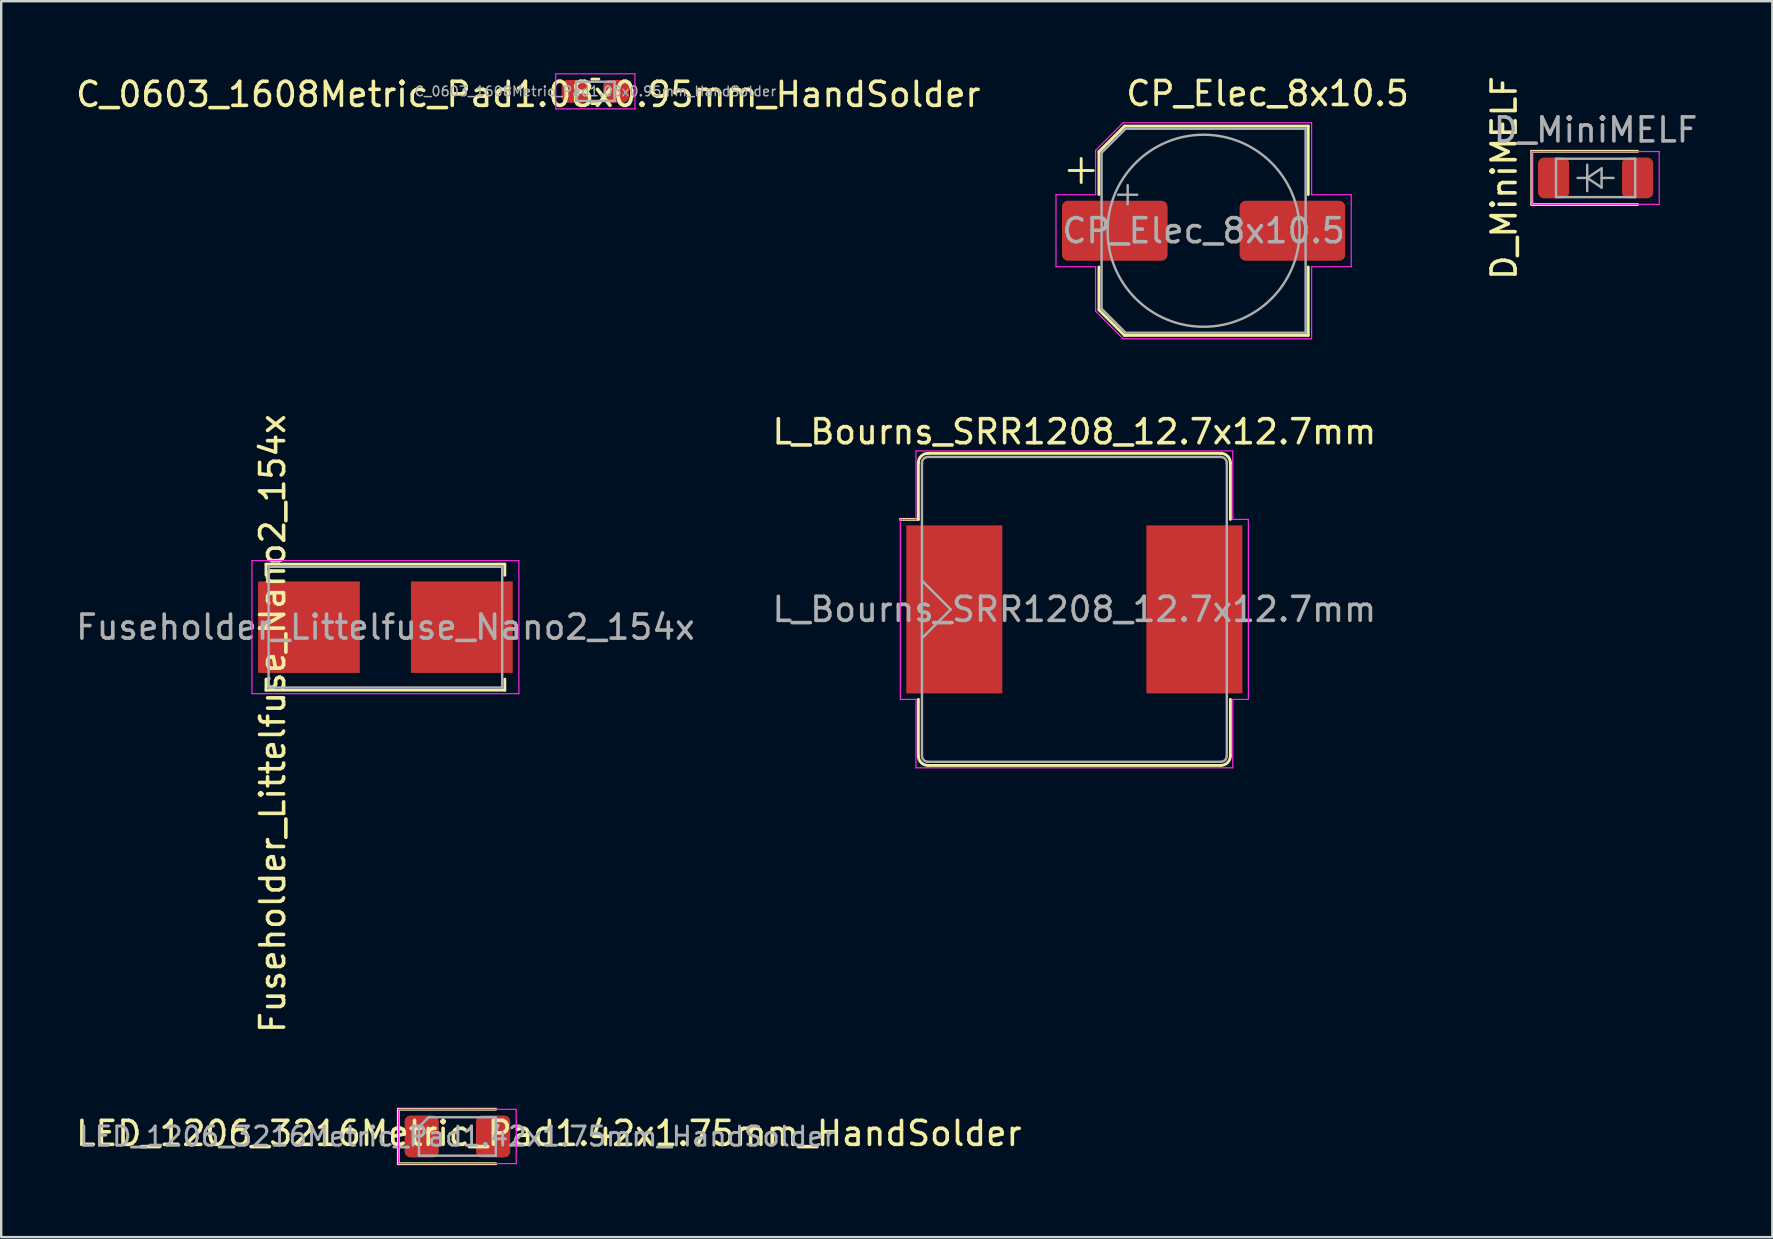
<source format=kicad_pcb>
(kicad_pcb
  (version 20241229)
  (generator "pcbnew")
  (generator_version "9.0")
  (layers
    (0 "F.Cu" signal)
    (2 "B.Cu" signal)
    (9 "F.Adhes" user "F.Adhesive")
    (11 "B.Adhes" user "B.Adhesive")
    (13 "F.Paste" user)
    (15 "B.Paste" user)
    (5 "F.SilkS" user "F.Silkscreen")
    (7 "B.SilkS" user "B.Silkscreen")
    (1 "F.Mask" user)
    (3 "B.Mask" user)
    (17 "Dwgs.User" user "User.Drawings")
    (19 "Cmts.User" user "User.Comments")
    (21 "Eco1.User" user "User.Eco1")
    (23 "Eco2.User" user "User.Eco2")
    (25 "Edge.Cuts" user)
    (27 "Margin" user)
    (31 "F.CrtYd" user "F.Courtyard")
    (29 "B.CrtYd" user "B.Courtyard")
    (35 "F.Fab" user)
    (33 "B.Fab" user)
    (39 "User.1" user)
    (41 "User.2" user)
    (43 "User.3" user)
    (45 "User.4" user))
  (footprint "CP_Elec_8x10.5"
    (layer "F.Cu")
    (at 47.092 6.563)
    (property "Reference" "CP_Elec_8x10.5" (at 2.667 -5.715 180) (layer "F.SilkS") (effects (font (size 1 1) (thickness 0.15))))
    (attr smd)
    (fp_line (start -5.6 -2.51) (end -4.6 -2.51) (stroke (width 0.12) (type solid)) (layer "F.SilkS"))
    (fp_line (start -5.1 -3.01) (end -5.1 -2.01) (stroke (width 0.12) (type solid)) (layer "F.SilkS"))
    (fp_line (start -4.36 -3.296) (end -4.36 -1.51) (stroke (width 0.12) (type solid)) (layer "F.SilkS"))
    (fp_line (start -4.36 -3.296) (end -3.296 -4.36) (stroke (width 0.12) (type solid)) (layer "F.SilkS"))
    (fp_line (start -4.36 3.296) (end -4.36 1.51) (stroke (width 0.12) (type solid)) (layer "F.SilkS"))
    (fp_line (start -4.36 3.296) (end -3.296 4.36) (stroke (width 0.12) (type solid)) (layer "F.SilkS"))
    (fp_line (start -3.296 -4.36) (end 4.36 -4.36) (stroke (width 0.12) (type solid)) (layer "F.SilkS"))
    (fp_line (start -3.296 4.36) (end 4.36 4.36) (stroke (width 0.12) (type solid)) (layer "F.SilkS"))
    (fp_line (start 4.36 -4.36) (end 4.36 -1.51) (stroke (width 0.12) (type solid)) (layer "F.SilkS"))
    (fp_line (start 4.36 4.36) (end 4.36 1.51) (stroke (width 0.12) (type solid)) (layer "F.SilkS"))
    (fp_line (start -6.15 -1.5) (end -6.15 1.5) (stroke (width 0.05) (type solid)) (layer "F.CrtYd"))
    (fp_line (start -6.15 1.5) (end -4.5 1.5) (stroke (width 0.05) (type solid)) (layer "F.CrtYd"))
    (fp_line (start -4.5 -3.35) (end -4.5 -1.5) (stroke (width 0.05) (type solid)) (layer "F.CrtYd"))
    (fp_line (start -4.5 -3.35) (end -3.35 -4.5) (stroke (width 0.05) (type solid)) (layer "F.CrtYd"))
    (fp_line (start -4.5 -1.5) (end -6.15 -1.5) (stroke (width 0.05) (type solid)) (layer "F.CrtYd"))
    (fp_line (start -4.5 1.5) (end -4.5 3.35) (stroke (width 0.05) (type solid)) (layer "F.CrtYd"))
    (fp_line (start -4.5 3.35) (end -3.35 4.5) (stroke (width 0.05) (type solid)) (layer "F.CrtYd"))
    (fp_line (start -3.35 -4.5) (end 4.5 -4.5) (stroke (width 0.05) (type solid)) (layer "F.CrtYd"))
    (fp_line (start -3.35 4.5) (end 4.5 4.5) (stroke (width 0.05) (type solid)) (layer "F.CrtYd"))
    (fp_line (start 4.5 -4.5) (end 4.5 -1.5) (stroke (width 0.05) (type solid)) (layer "F.CrtYd"))
    (fp_line (start 4.5 -1.5) (end 6.15 -1.5) (stroke (width 0.05) (type solid)) (layer "F.CrtYd"))
    (fp_line (start 4.5 1.5) (end 4.5 4.5) (stroke (width 0.05) (type solid)) (layer "F.CrtYd"))
    (fp_line (start 6.15 -1.5) (end 6.15 1.5) (stroke (width 0.05) (type solid)) (layer "F.CrtYd"))
    (fp_line (start 6.15 1.5) (end 4.5 1.5) (stroke (width 0.05) (type solid)) (layer "F.CrtYd"))
    (fp_line (start -4.25 -3.25) (end -4.25 3.25) (stroke (width 0.1) (type solid)) (layer "F.Fab"))
    (fp_line (start -4.25 -3.25) (end -3.25 -4.25) (stroke (width 0.1) (type solid)) (layer "F.Fab"))
    (fp_line (start -4.25 3.25) (end -3.25 4.25) (stroke (width 0.1) (type solid)) (layer "F.Fab"))
    (fp_line (start -3.562 -1.5) (end -2.762 -1.5) (stroke (width 0.1) (type solid)) (layer "F.Fab"))
    (fp_line (start -3.25 -4.25) (end 4.25 -4.25) (stroke (width 0.1) (type solid)) (layer "F.Fab"))
    (fp_line (start -3.25 4.25) (end 4.25 4.25) (stroke (width 0.1) (type solid)) (layer "F.Fab"))
    (fp_line (start -3.162 -1.9) (end -3.162 -1.1) (stroke (width 0.1) (type solid)) (layer "F.Fab"))
    (fp_line (start 4.25 -4.25) (end 4.25 4.25) (stroke (width 0.1) (type solid)) (layer "F.Fab"))
    (fp_circle (center 0 0) (end 4 0) (stroke (width 0.1) (type solid)) (fill no) (layer "F.Fab"))
    (fp_text user "${REFERENCE}" (at 0 0 180) (layer "F.Fab") (effects (font (size 1 1) (thickness 0.15))))
    (pad "1" smd roundrect (at -3.7 0) (size 4.4 2.5) (layers "F.Cu" "F.Mask" "F.Paste") (roundrect_rratio 0.1))
    (pad "2" smd roundrect (at 3.7 0) (size 4.4 2.5) (layers "F.Cu" "F.Mask" "F.Paste") (roundrect_rratio 0.1)))
  (footprint "D_MiniMELF"
    (layer "F.Cu")
    (at 63.423 4.363)
    (property "Reference" "D_MiniMELF" (at -3.81 0 270) (layer "F.SilkS") (effects (font (size 1 1) (thickness 0.15))))
    (attr smd)
    (fp_line (start -2.66 -1.11) (end -2.66 1.11) (stroke (width 0.12) (type solid)) (layer "F.SilkS"))
    (fp_line (start -2.66 1.11) (end 1.75 1.11) (stroke (width 0.12) (type solid)) (layer "F.SilkS"))
    (fp_line (start 1.75 -1.11) (end -2.66 -1.11) (stroke (width 0.12) (type solid)) (layer "F.SilkS"))
    (fp_line (start -2.65 -1.1) (end 2.65 -1.1) (stroke (width 0.05) (type solid)) (layer "F.CrtYd"))
    (fp_line (start -2.65 1.1) (end -2.65 -1.1) (stroke (width 0.05) (type solid)) (layer "F.CrtYd"))
    (fp_line (start 2.65 -1.1) (end 2.65 1.1) (stroke (width 0.05) (type solid)) (layer "F.CrtYd"))
    (fp_line (start 2.65 1.1) (end -2.65 1.1) (stroke (width 0.05) (type solid)) (layer "F.CrtYd"))
    (fp_line (start -1.65 -0.8) (end 1.65 -0.8) (stroke (width 0.1) (type solid)) (layer "F.Fab"))
    (fp_line (start -1.65 0.8) (end -1.65 -0.8) (stroke (width 0.1) (type solid)) (layer "F.Fab"))
    (fp_line (start -0.75 0) (end -0.35 0) (stroke (width 0.1) (type solid)) (layer "F.Fab"))
    (fp_line (start -0.35 0) (end -0.35 -0.55) (stroke (width 0.1) (type solid)) (layer "F.Fab"))
    (fp_line (start -0.35 0) (end -0.35 0.55) (stroke (width 0.1) (type solid)) (layer "F.Fab"))
    (fp_line (start -0.35 0) (end 0.25 -0.4) (stroke (width 0.1) (type solid)) (layer "F.Fab"))
    (fp_line (start 0.25 -0.4) (end 0.25 0.4) (stroke (width 0.1) (type solid)) (layer "F.Fab"))
    (fp_line (start 0.25 0) (end 0.75 0) (stroke (width 0.1) (type solid)) (layer "F.Fab"))
    (fp_line (start 0.25 0.4) (end -0.35 0) (stroke (width 0.1) (type solid)) (layer "F.Fab"))
    (fp_line (start 1.65 -0.8) (end 1.65 0.8) (stroke (width 0.1) (type solid)) (layer "F.Fab"))
    (fp_line (start 1.65 0.8) (end -1.65 0.8) (stroke (width 0.1) (type solid)) (layer "F.Fab"))
    (fp_text user "${REFERENCE}" (at 0 -2 180) (layer "F.Fab") (effects (font (size 1 1) (thickness 0.15))))
    (pad "1" smd roundrect (at -1.75 0) (size 1.3 1.7) (layers "F.Cu" "F.Mask" "F.Paste") (roundrect_rratio 0.192))
    (pad "2" smd roundrect (at 1.75 0) (size 1.3 1.7) (layers "F.Cu" "F.Mask" "F.Paste") (roundrect_rratio 0.192)))
  (footprint "L_Bourns_SRR1208_12.7x12.7mm"
    (layer "F.Cu")
    (at 41.708 22.337)
    (property "Reference" "L_Bourns_SRR1208_12.7x12.7mm" (at 0 -7.4 180) (layer "F.SilkS") (effects (font (size 1 1) (thickness 0.15))))
    (attr smd)
    (fp_line (start -6.5 -6.1) (end -6.5 -3.75) (stroke (width 0.12) (type solid)) (layer "F.SilkS"))
    (fp_line (start -6.5 -3.75) (end -7.25 -3.75) (stroke (width 0.12) (type solid)) (layer "F.SilkS"))
    (fp_line (start -6.5 3.75) (end -6.5 6.1) (stroke (width 0.12) (type solid)) (layer "F.SilkS"))
    (fp_line (start -6.1 -6.5) (end 6.1 -6.5) (stroke (width 0.12) (type solid)) (layer "F.SilkS"))
    (fp_line (start 6.1 6.5) (end -6.1 6.5) (stroke (width 0.12) (type solid)) (layer "F.SilkS"))
    (fp_line (start 6.5 -6.1) (end 6.5 -3.75) (stroke (width 0.12) (type solid)) (layer "F.SilkS"))
    (fp_line (start 6.5 3.75) (end 6.5 6.1) (stroke (width 0.12) (type solid)) (layer "F.SilkS"))
    (fp_arc (start -6.5 -6.1) (mid -6.382843 -6.382843) (end -6.1 -6.5) (stroke (width 0.12) (type solid)) (layer "F.SilkS"))
    (fp_arc (start -6.1 6.5) (mid -6.382843 6.382843) (end -6.5 6.1) (stroke (width 0.12) (type solid)) (layer "F.SilkS"))
    (fp_arc (start 6.1 -6.5) (mid 6.382843 -6.382843) (end 6.5 -6.1) (stroke (width 0.12) (type solid)) (layer "F.SilkS"))
    (fp_arc (start 6.5 6.1) (mid 6.382843 6.382843) (end 6.1 6.5) (stroke (width 0.12) (type solid)) (layer "F.SilkS"))
    (fp_line (start -7.25 -3.75) (end -7.25 3.75) (stroke (width 0.05) (type solid)) (layer "F.CrtYd"))
    (fp_line (start -7.25 -3.75) (end -6.6 -3.75) (stroke (width 0.05) (type solid)) (layer "F.CrtYd"))
    (fp_line (start -6.6 -6.6) (end -6.6 -3.75) (stroke (width 0.05) (type solid)) (layer "F.CrtYd"))
    (fp_line (start -6.6 -6.6) (end 6.6 -6.6) (stroke (width 0.05) (type solid)) (layer "F.CrtYd"))
    (fp_line (start -6.6 3.75) (end -7.25 3.75) (stroke (width 0.05) (type solid)) (layer "F.CrtYd"))
    (fp_line (start -6.6 6.6) (end -6.6 3.75) (stroke (width 0.05) (type solid)) (layer "F.CrtYd"))
    (fp_line (start 6.6 -6.6) (end 6.6 -3.75) (stroke (width 0.05) (type solid)) (layer "F.CrtYd"))
    (fp_line (start 6.6 3.75) (end 6.6 6.6) (stroke (width 0.05) (type solid)) (layer "F.CrtYd"))
    (fp_line (start 6.6 6.6) (end -6.6 6.6) (stroke (width 0.05) (type solid)) (layer "F.CrtYd"))
    (fp_line (start 7.25 -3.75) (end 6.6 -3.75) (stroke (width 0.05) (type solid)) (layer "F.CrtYd"))
    (fp_line (start 7.25 -3.75) (end 7.25 3.75) (stroke (width 0.05) (type solid)) (layer "F.CrtYd"))
    (fp_line (start 7.25 3.75) (end 6.6 3.75) (stroke (width 0.05) (type solid)) (layer "F.CrtYd"))
    (fp_line (start -6.35 -6.1) (end -6.35 6.1) (stroke (width 0.1) (type solid)) (layer "F.Fab"))
    (fp_line (start -6.1 -6.35) (end 6.1 -6.35) (stroke (width 0.1) (type solid)) (layer "F.Fab"))
    (fp_line (start -5.15 0) (end -6.35 -1.2) (stroke (width 0.1) (type solid)) (layer "F.Fab"))
    (fp_line (start -5.15 0) (end -6.35 1.2) (stroke (width 0.1) (type solid)) (layer "F.Fab"))
    (fp_line (start 6.1 6.35) (end -6.1 6.35) (stroke (width 0.1) (type solid)) (layer "F.Fab"))
    (fp_line (start 6.35 -6.1) (end 6.35 6.1) (stroke (width 0.1) (type solid)) (layer "F.Fab"))
    (fp_arc (start -6.35 -6.1) (mid -6.276777 -6.276777) (end -6.1 -6.35) (stroke (width 0.1) (type solid)) (layer "F.Fab"))
    (fp_arc (start -6.1 6.35) (mid -6.276777 6.276777) (end -6.35 6.1) (stroke (width 0.1) (type solid)) (layer "F.Fab"))
    (fp_arc (start 6.1 -6.35) (mid 6.276777 -6.276777) (end 6.35 -6.1) (stroke (width 0.1) (type solid)) (layer "F.Fab"))
    (fp_arc (start 6.35 6.1) (mid 6.276777 6.276777) (end 6.1 6.35) (stroke (width 0.1) (type solid)) (layer "F.Fab"))
    (fp_text user "${REFERENCE}" (at 0 0 180) (layer "F.Fab") (effects (font (size 1 1) (thickness 0.15))))
    (pad "1" smd rect (at -5 0) (size 4 7) (layers "F.Cu" "F.Mask" "F.Paste"))
    (pad "2" smd rect (at 5 0) (size 4 7) (layers "F.Cu" "F.Mask" "F.Paste")))
  (footprint "Fuseholder_Littelfuse_Nano2_154x"
    (layer "F.Cu")
    (at 13.006 23.078)
    (property "Reference" "Fuseholder_Littelfuse_Nano2_154x" (at -4.697 4.016 90) (unlocked yes) (layer "F.SilkS") (effects (font (size 1 1) (thickness 0.15))))
    (attr smd)
    (fp_line (start -4.975 -2.625) (end -4.975 -2.165) (stroke (width 0.12) (type solid)) (layer "F.SilkS"))
    (fp_line (start -4.975 -2.625) (end 4.975 -2.625) (stroke (width 0.12) (type solid)) (layer "F.SilkS"))
    (fp_line (start -4.975 2.165) (end -4.975 2.625) (stroke (width 0.12) (type solid)) (layer "F.SilkS"))
    (fp_line (start -4.975 2.625) (end 4.975 2.625) (stroke (width 0.12) (type solid)) (layer "F.SilkS"))
    (fp_line (start 4.975 -2.625) (end 4.975 -2.165) (stroke (width 0.12) (type solid)) (layer "F.SilkS"))
    (fp_line (start 4.975 2.625) (end 4.975 2.165) (stroke (width 0.12) (type solid)) (layer "F.SilkS"))
    (fp_line (start -5.56 -2.77) (end -5.56 2.77) (stroke (width 0.05) (type solid)) (layer "F.CrtYd"))
    (fp_line (start -5.56 -2.77) (end 5.56 -2.77) (stroke (width 0.05) (type solid)) (layer "F.CrtYd"))
    (fp_line (start -5.56 2.77) (end 5.56 2.77) (stroke (width 0.05) (type solid)) (layer "F.CrtYd"))
    (fp_line (start 5.56 -2.77) (end 5.56 2.77) (stroke (width 0.05) (type solid)) (layer "F.CrtYd"))
    (fp_line (start -4.865 -2.515) (end -4.865 2.515) (stroke (width 0.1) (type solid)) (layer "F.Fab"))
    (fp_line (start -4.865 -2.515) (end 4.865 -2.515) (stroke (width 0.1) (type solid)) (layer "F.Fab"))
    (fp_line (start -4.865 2.515) (end 4.865 2.515) (stroke (width 0.1) (type solid)) (layer "F.Fab"))
    (fp_line (start 4.865 2.515) (end 4.865 -2.515) (stroke (width 0.1) (type solid)) (layer "F.Fab"))
    (fp_text user "${REFERENCE}" (at 0 0 180) (layer "F.Fab") (effects (font (size 1 1) (thickness 0.15))))
    (pad "1" smd rect (at -3.185 0) (size 4.24 3.81) (layers "F.Cu" "F.Mask" "F.Paste"))
    (pad "2" smd rect (at 3.185 0) (size 4.24 3.81) (layers "F.Cu" "F.Mask" "F.Paste")))
  (footprint "LED_1206_3216Metric_Pad1.42x1.75mm_HandSolder"
    (layer "F.Cu")
    (at 16.005 44.295)
    (property "Reference" "LED_1206_3216Metric_Pad1.42x1.75mm_HandSolder" (at 3.81 -0.127 180) (layer "F.SilkS") (effects (font (size 1 1) (thickness 0.15))))
    (attr smd)
    (fp_line (start -2.46 -1.135) (end -2.46 1.135) (stroke (width 0.12) (type solid)) (layer "F.SilkS"))
    (fp_line (start -2.46 1.135) (end 1.6 1.135) (stroke (width 0.12) (type solid)) (layer "F.SilkS"))
    (fp_line (start 1.6 -1.135) (end -2.46 -1.135) (stroke (width 0.12) (type solid)) (layer "F.SilkS"))
    (fp_line (start -2.45 -1.13) (end 2.45 -1.13) (stroke (width 0.05) (type solid)) (layer "F.CrtYd"))
    (fp_line (start -2.45 1.13) (end -2.45 -1.13) (stroke (width 0.05) (type solid)) (layer "F.CrtYd"))
    (fp_line (start 2.45 -1.13) (end 2.45 1.13) (stroke (width 0.05) (type solid)) (layer "F.CrtYd"))
    (fp_line (start 2.45 1.13) (end -2.45 1.13) (stroke (width 0.05) (type solid)) (layer "F.CrtYd"))
    (fp_line (start -1.6 -0.4) (end -1.6 0.8) (stroke (width 0.1) (type solid)) (layer "F.Fab"))
    (fp_line (start -1.6 0.8) (end 1.6 0.8) (stroke (width 0.1) (type solid)) (layer "F.Fab"))
    (fp_line (start -1.2 -0.8) (end -1.6 -0.4) (stroke (width 0.1) (type solid)) (layer "F.Fab"))
    (fp_line (start 1.6 -0.8) (end -1.2 -0.8) (stroke (width 0.1) (type solid)) (layer "F.Fab"))
    (fp_line (start 1.6 0.8) (end 1.6 -0.8) (stroke (width 0.1) (type solid)) (layer "F.Fab"))
    (fp_text user "${REFERENCE}" (at 0 0 180) (layer "F.Fab") (effects (font (size 0.8 0.8) (thickness 0.12))))
    (pad "1" smd roundrect (at -1.488 0) (size 1.425 1.75) (layers "F.Cu" "F.Mask" "F.Paste") (roundrect_rratio 0.175))
    (pad "2" smd roundrect (at 1.488 0) (size 1.425 1.75) (layers "F.Cu" "F.Mask" "F.Paste") (roundrect_rratio 0.175)))
  (footprint "C_0603_1608Metric_Pad1.08x0.95mm_HandSolder"
    (layer "F.Cu")
    (at 21.752 0.755)
    (property "Reference" "C_0603_1608Metric_Pad1.08x0.95mm_HandSolder" (at -2.794 0.127 0) (layer "F.SilkS") (effects (font (size 1 1) (thickness 0.15))))
    (attr smd)
    (fp_line (start -0.146 -0.51) (end 0.146 -0.51) (stroke (width 0.12) (type solid)) (layer "F.SilkS"))
    (fp_line (start -0.146 0.51) (end 0.146 0.51) (stroke (width 0.12) (type solid)) (layer "F.SilkS"))
    (fp_line (start -1.65 -0.73) (end 1.65 -0.73) (stroke (width 0.05) (type solid)) (layer "F.CrtYd"))
    (fp_line (start -1.65 0.73) (end -1.65 -0.73) (stroke (width 0.05) (type solid)) (layer "F.CrtYd"))
    (fp_line (start 1.65 -0.73) (end 1.65 0.73) (stroke (width 0.05) (type solid)) (layer "F.CrtYd"))
    (fp_line (start 1.65 0.73) (end -1.65 0.73) (stroke (width 0.05) (type solid)) (layer "F.CrtYd"))
    (fp_line (start -0.8 -0.4) (end 0.8 -0.4) (stroke (width 0.1) (type solid)) (layer "F.Fab"))
    (fp_line (start -0.8 0.4) (end -0.8 -0.4) (stroke (width 0.1) (type solid)) (layer "F.Fab"))
    (fp_line (start 0.8 -0.4) (end 0.8 0.4) (stroke (width 0.1) (type solid)) (layer "F.Fab"))
    (fp_line (start 0.8 0.4) (end -0.8 0.4) (stroke (width 0.1) (type solid)) (layer "F.Fab"))
    (fp_text user "${REFERENCE}" (at 0 0 0) (layer "F.Fab") (effects (font (size 0.4 0.4) (thickness 0.06))))
    (pad "1" smd roundrect (at -0.863 0) (size 1.075 0.95) (layers "F.Cu" "F.Mask" "F.Paste") (roundrect_rratio 0.25))
    (pad "2" smd roundrect (at 0.863 0) (size 1.075 0.95) (layers "F.Cu" "F.Mask" "F.Paste") (roundrect_rratio 0.25)))
  (gr_rect
    (start -3 -3)
    (end 70.786 48.49)
    (stroke (width 0.1) (type default))
    (fill no)
    (layer "Edge.Cuts")))
</source>
